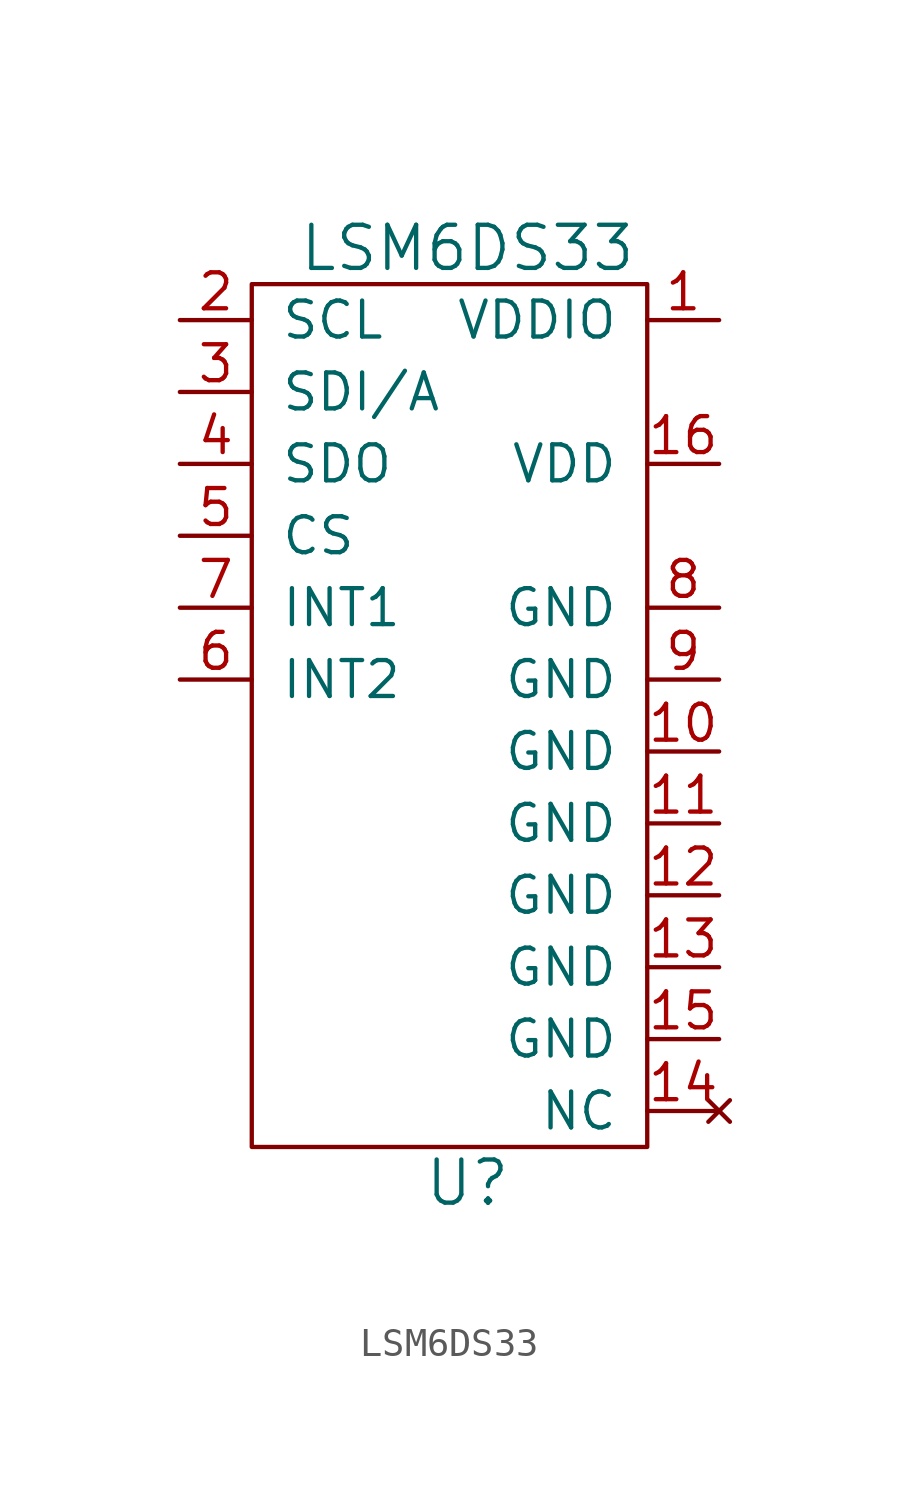
<source format=kicad_sym>
(kicad_symbol_lib
  (version 20211014)
  (generator kicad_symbol_editor)
  (symbol "LSM6DS33"
    (pin_names
      (offset 1.016))
    (property "Reference" "U"
      (at 0 -20.32 0)
      (effects (font (size 1.524 1.524))))
    (property "Value" "LSM6DS33"
      (at 0 12.7 0)
      (effects (font (size 1.524 1.524))))
    (symbol "LSM6DS33_0_1"
      (polyline (pts (xy -7.62 11.43) (xy 6.35 11.43) (xy 6.35 -19.05) (xy -7.62 -19.05) (xy -7.62 11.43)) (stroke (width 0) (type default) (color 0 0 0 0)) (fill (type none))))
    (symbol "LSM6DS33_1_1"
      (pin power_in line (at 8.89 10.16 180) (length 2.54) (name "VDDIO" (effects (font (size 1.27 1.27)))) (number "1" (effects (font (size 1.27 1.27)))))
      (pin unspecified line (at 8.89 -5.08 180) (length 2.54) (name "GND" (effects (font (size 1.27 1.27)))) (number "10" (effects (font (size 1.27 1.27)))))
      (pin unspecified line (at 8.89 -7.62 180) (length 2.54) (name "GND" (effects (font (size 1.27 1.27)))) (number "11" (effects (font (size 1.27 1.27)))))
      (pin power_in line (at 8.89 -10.16 180) (length 2.54) (name "GND" (effects (font (size 1.27 1.27)))) (number "12" (effects (font (size 1.27 1.27)))))
      (pin power_in line (at 8.89 -12.7 180) (length 2.54) (name "GND" (effects (font (size 1.27 1.27)))) (number "13" (effects (font (size 1.27 1.27)))))
      (pin no_connect line (at 8.89 -17.78 180) (length 2.54) (name "NC" (effects (font (size 1.27 1.27)))) (number "14" (effects (font (size 1.27 1.27)))))
      (pin unspecified line (at 8.89 -15.24 180) (length 2.54) (name "GND" (effects (font (size 1.27 1.27)))) (number "15" (effects (font (size 1.27 1.27)))))
      (pin power_in line (at 8.89 5.08 180) (length 2.54) (name "VDD" (effects (font (size 1.27 1.27)))) (number "16" (effects (font (size 1.27 1.27)))))
      (pin input line (at -10.16 10.16 0) (length 2.54) (name "SCL" (effects (font (size 1.27 1.27)))) (number "2" (effects (font (size 1.27 1.27)))))
      (pin bidirectional line (at -10.16 7.62 0) (length 2.54) (name "SDI/A" (effects (font (size 1.27 1.27)))) (number "3" (effects (font (size 1.27 1.27)))))
      (pin bidirectional line (at -10.16 5.08 0) (length 2.54) (name "SDO" (effects (font (size 1.27 1.27)))) (number "4" (effects (font (size 1.27 1.27)))))
      (pin input line (at -10.16 2.54 0) (length 2.54) (name "CS" (effects (font (size 1.27 1.27)))) (number "5" (effects (font (size 1.27 1.27)))))
      (pin bidirectional line (at -10.16 -2.54 0) (length 2.54) (name "INT2" (effects (font (size 1.27 1.27)))) (number "6" (effects (font (size 1.27 1.27)))))
      (pin bidirectional line (at -10.16 0 0) (length 2.54) (name "INT1" (effects (font (size 1.27 1.27)))) (number "7" (effects (font (size 1.27 1.27)))))
      (pin unspecified line (at 8.89 0 180) (length 2.54) (name "GND" (effects (font (size 1.27 1.27)))) (number "8" (effects (font (size 1.27 1.27)))))
      (pin unspecified line (at 8.89 -2.54 180) (length 2.54) (name "GND" (effects (font (size 1.27 1.27)))) (number "9" (effects (font (size 1.27 1.27))))))))
</source>
